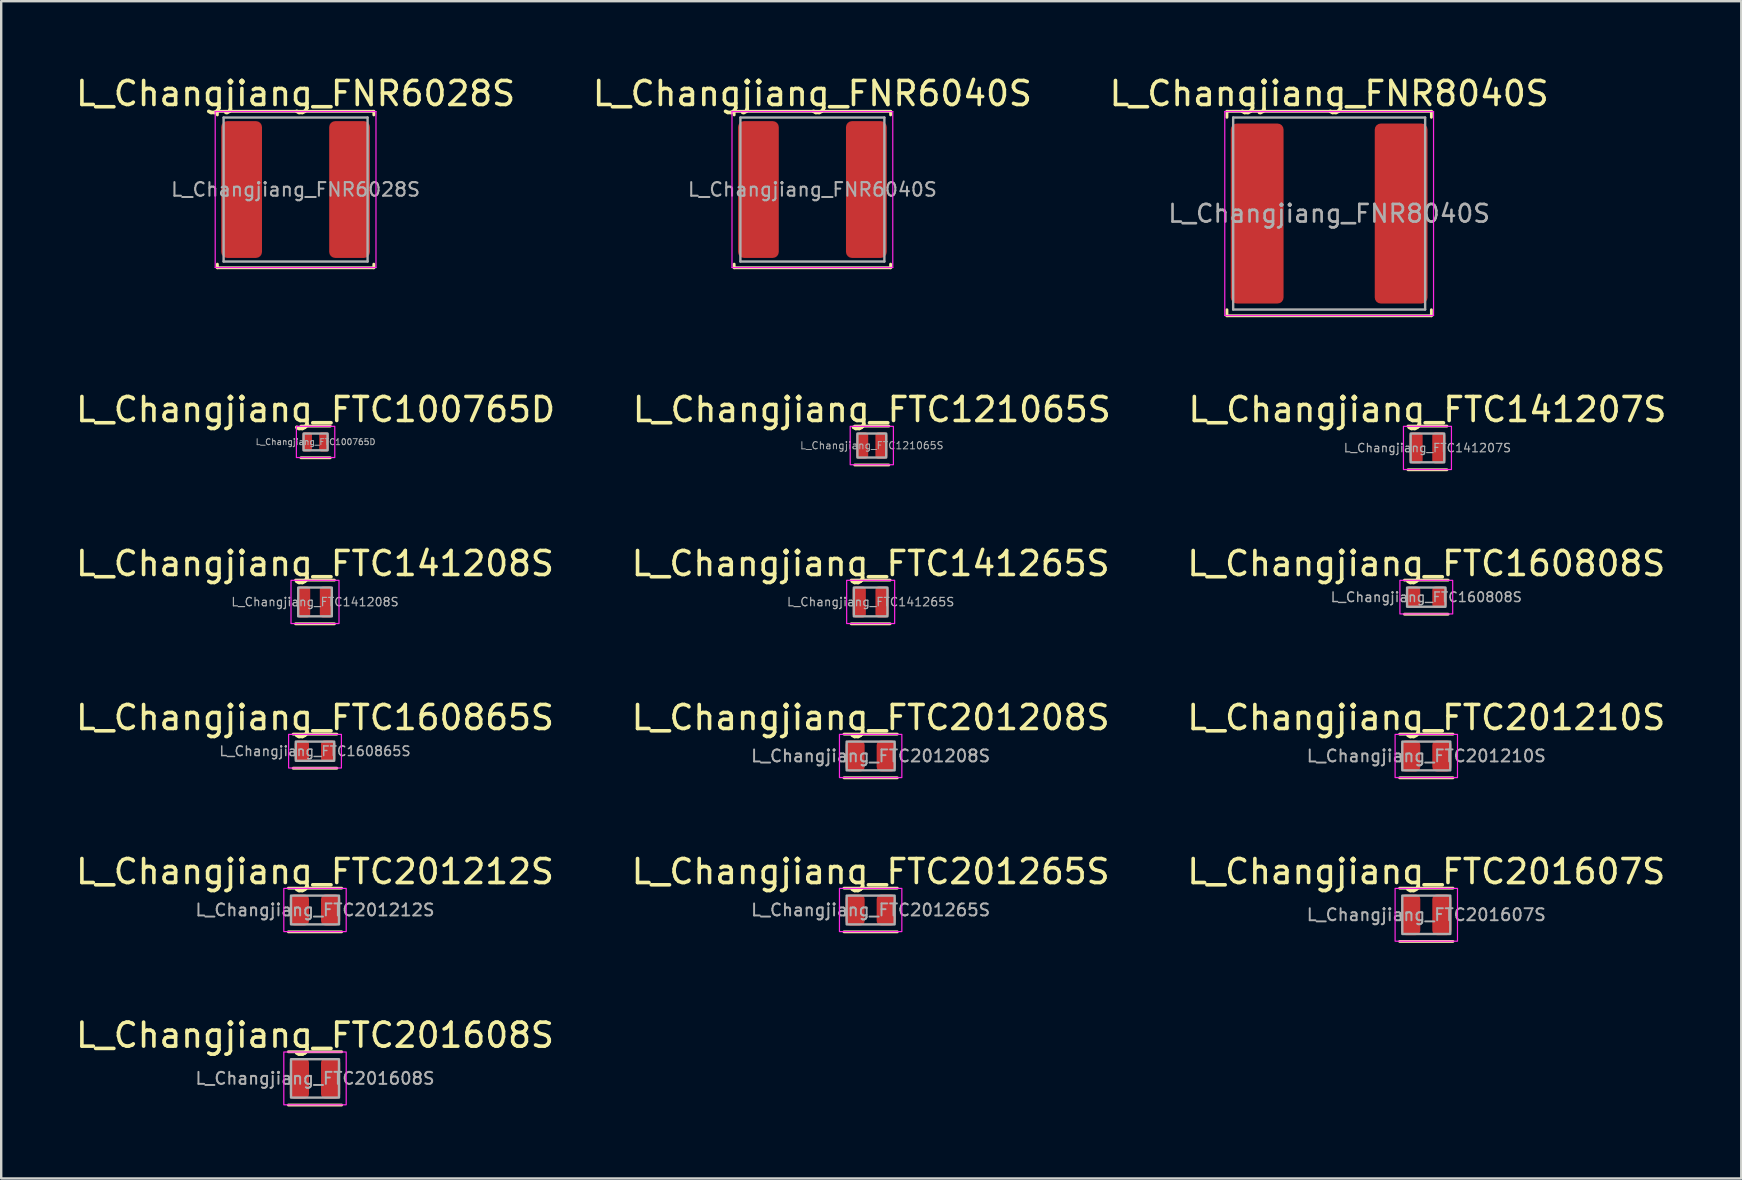
<source format=kicad_pcb>
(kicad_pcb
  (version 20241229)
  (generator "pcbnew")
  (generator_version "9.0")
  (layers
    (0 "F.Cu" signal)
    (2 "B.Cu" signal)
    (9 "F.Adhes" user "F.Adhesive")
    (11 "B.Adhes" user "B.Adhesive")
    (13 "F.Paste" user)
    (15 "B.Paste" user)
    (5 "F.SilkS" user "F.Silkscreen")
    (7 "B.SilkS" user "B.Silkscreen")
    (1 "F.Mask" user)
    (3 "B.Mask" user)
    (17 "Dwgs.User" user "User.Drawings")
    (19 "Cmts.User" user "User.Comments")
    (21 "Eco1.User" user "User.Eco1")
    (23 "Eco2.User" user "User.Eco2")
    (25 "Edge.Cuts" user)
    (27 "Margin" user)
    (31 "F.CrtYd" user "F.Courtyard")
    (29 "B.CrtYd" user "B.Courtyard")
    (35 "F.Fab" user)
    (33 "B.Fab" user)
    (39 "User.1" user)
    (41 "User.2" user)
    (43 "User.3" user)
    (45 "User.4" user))
  (footprint "L_Changjiang_FTC201208S"
    (layer "F.Cu")
    (at 33.232 28.453)
    (property "Reference" "L_Changjiang_FTC201208S" (at 0 -1.6 0) (layer "F.SilkS") (effects (font (size 1 1) (thickness 0.15))))
    (attr smd)
    (fp_line (start -1.11 -0.91) (end 1.11 -0.91) (stroke (width 0.12) (type solid)) (layer "F.SilkS"))
    (fp_line (start 1.11 0.91) (end -1.11 0.91) (stroke (width 0.12) (type solid)) (layer "F.SilkS"))
    (fp_rect (start -1.3 -0.9) (end 1.3 0.9) (stroke (width 0.05) (type solid)) (fill no) (layer "F.CrtYd"))
    (fp_rect (start -1 -0.6) (end 1 0.6) (stroke (width 0.1) (type solid)) (fill no) (layer "F.Fab"))
    (fp_text user "${REFERENCE}" (at 0 0 0) (layer "F.Fab") (effects (font (size 0.5 0.5) (thickness 0.08))))
    (pad "1" smd roundrect (at -0.65 0) (size 0.8 1.3) (layers "F.Cu" "F.Mask" "F.Paste") (roundrect_rratio 0.25))
    (pad "2" smd roundrect (at 0.65 0) (size 0.8 1.3) (layers "F.Cu" "F.Mask" "F.Paste") (roundrect_rratio 0.25)))
  (footprint "L_Changjiang_FTC121065S"
    (layer "F.Cu")
    (at 33.28 15.517)
    (property "Reference" "L_Changjiang_FTC121065S" (at 0 -1.5 0) (layer "F.SilkS") (effects (font (size 1 1) (thickness 0.15))))
    (attr smd)
    (fp_line (start -0.71 -0.81) (end 0.71 -0.81) (stroke (width 0.12) (type solid)) (layer "F.SilkS"))
    (fp_line (start 0.71 0.81) (end -0.71 0.81) (stroke (width 0.12) (type solid)) (layer "F.SilkS"))
    (fp_rect (start -0.9 -0.8) (end 0.9 0.8) (stroke (width 0.05) (type solid)) (fill no) (layer "F.CrtYd"))
    (fp_rect (start -0.6 -0.5) (end 0.6 0.5) (stroke (width 0.1) (type solid)) (fill no) (layer "F.Fab"))
    (fp_text user "${REFERENCE}" (at 0 0 0) (layer "F.Fab") (effects (font (size 0.3 0.3) (thickness 0.04))))
    (pad "1" smd roundrect (at -0.4 0) (size 0.5 1.1) (layers "F.Cu" "F.Mask" "F.Paste") (roundrect_rratio 0.25))
    (pad "2" smd roundrect (at 0.4 0) (size 0.5 1.1) (layers "F.Cu" "F.Mask" "F.Paste") (roundrect_rratio 0.25)))
  (footprint "L_Changjiang_FTC201265S"
    (layer "F.Cu")
    (at 33.232 34.871)
    (property "Reference" "L_Changjiang_FTC201265S" (at 0 -1.6 0) (layer "F.SilkS") (effects (font (size 1 1) (thickness 0.15))))
    (attr smd)
    (fp_line (start -1.11 -0.91) (end 1.11 -0.91) (stroke (width 0.12) (type solid)) (layer "F.SilkS"))
    (fp_line (start 1.11 0.91) (end -1.11 0.91) (stroke (width 0.12) (type solid)) (layer "F.SilkS"))
    (fp_rect (start -1.3 -0.9) (end 1.3 0.9) (stroke (width 0.05) (type solid)) (fill no) (layer "F.CrtYd"))
    (fp_rect (start -1 -0.6) (end 1 0.6) (stroke (width 0.1) (type solid)) (fill no) (layer "F.Fab"))
    (fp_text user "${REFERENCE}" (at 0 0 0) (layer "F.Fab") (effects (font (size 0.5 0.5) (thickness 0.08))))
    (pad "1" smd roundrect (at -0.65 0) (size 0.8 1.3) (layers "F.Cu" "F.Mask" "F.Paste") (roundrect_rratio 0.25))
    (pad "2" smd roundrect (at 0.65 0) (size 0.8 1.3) (layers "F.Cu" "F.Mask" "F.Paste") (roundrect_rratio 0.25)))
  (footprint "L_Changjiang_FNR6040S"
    (layer "F.Cu")
    (at 30.804 4.848)
    (property "Reference" "L_Changjiang_FNR6040S" (at 0 -4 0) (layer "F.SilkS") (effects (font (size 1 1) (thickness 0.15))))
    (attr smd)
    (fp_line (start -3.26 -3.26) (end -3.26 -3.11) (stroke (width 0.12) (type solid)) (layer "F.SilkS"))
    (fp_line (start -3.26 -3.26) (end 3.26 -3.26) (stroke (width 0.12) (type solid)) (layer "F.SilkS"))
    (fp_line (start -3.26 3.26) (end -3.26 3.11) (stroke (width 0.12) (type solid)) (layer "F.SilkS"))
    (fp_line (start -3.26 3.26) (end 3.26 3.26) (stroke (width 0.12) (type solid)) (layer "F.SilkS"))
    (fp_line (start 3.26 -3.26) (end 3.26 -3.11) (stroke (width 0.12) (type solid)) (layer "F.SilkS"))
    (fp_line (start 3.26 3.26) (end 3.26 3.11) (stroke (width 0.12) (type solid)) (layer "F.SilkS"))
    (fp_line (start -3.35 -3.25) (end -3.35 3.25) (stroke (width 0.05) (type solid)) (layer "F.CrtYd"))
    (fp_line (start -3.35 3.25) (end 3.35 3.25) (stroke (width 0.05) (type solid)) (layer "F.CrtYd"))
    (fp_line (start 3.35 -3.25) (end -3.35 -3.25) (stroke (width 0.05) (type solid)) (layer "F.CrtYd"))
    (fp_line (start 3.35 3.25) (end 3.35 -3.25) (stroke (width 0.05) (type solid)) (layer "F.CrtYd"))
    (fp_line (start -3 -3) (end -3 3) (stroke (width 0.1) (type solid)) (layer "F.Fab"))
    (fp_line (start -3 3) (end 3 3) (stroke (width 0.1) (type solid)) (layer "F.Fab"))
    (fp_line (start 3 -3) (end -3 -3) (stroke (width 0.1) (type solid)) (layer "F.Fab"))
    (fp_line (start 3 3) (end 3 -3) (stroke (width 0.1) (type solid)) (layer "F.Fab"))
    (fp_text user "${REFERENCE}" (at 0 0 0) (layer "F.Fab") (effects (font (size 0.567 0.567) (thickness 0.085))))
    (pad "1" smd roundrect (at -2.25 0) (size 1.7 5.7) (layers "F.Cu" "F.Mask" "F.Paste") (roundrect_rratio 0.147))
    (pad "2" smd roundrect (at 2.25 0) (size 1.7 5.7) (layers "F.Cu" "F.Mask" "F.Paste") (roundrect_rratio 0.147)))
  (footprint "L_Changjiang_FTC201607S"
    (layer "F.Cu")
    (at 56.387 35.071)
    (property "Reference" "L_Changjiang_FTC201607S" (at 0 -1.8 0) (layer "F.SilkS") (effects (font (size 1 1) (thickness 0.15))))
    (attr smd)
    (fp_line (start -1.11 -1.11) (end 1.11 -1.11) (stroke (width 0.12) (type solid)) (layer "F.SilkS"))
    (fp_line (start 1.11 1.11) (end -1.11 1.11) (stroke (width 0.12) (type solid)) (layer "F.SilkS"))
    (fp_rect (start -1.3 -1.1) (end 1.3 1.1) (stroke (width 0.05) (type solid)) (fill no) (layer "F.CrtYd"))
    (fp_rect (start -1 -0.8) (end 1 0.8) (stroke (width 0.1) (type solid)) (fill no) (layer "F.Fab"))
    (fp_text user "${REFERENCE}" (at 0 0 0) (layer "F.Fab") (effects (font (size 0.5 0.5) (thickness 0.08))))
    (pad "1" smd roundrect (at -0.65 0) (size 0.8 1.7) (layers "F.Cu" "F.Mask" "F.Paste") (roundrect_rratio 0.25))
    (pad "2" smd roundrect (at 0.65 0) (size 0.8 1.7) (layers "F.Cu" "F.Mask" "F.Paste") (roundrect_rratio 0.25)))
  (footprint "L_Changjiang_FTC201210S"
    (layer "F.Cu")
    (at 56.387 28.453)
    (property "Reference" "L_Changjiang_FTC201210S" (at 0 -1.6 0) (layer "F.SilkS") (effects (font (size 1 1) (thickness 0.15))))
    (attr smd)
    (fp_line (start -1.11 -0.91) (end 1.11 -0.91) (stroke (width 0.12) (type solid)) (layer "F.SilkS"))
    (fp_line (start 1.11 0.91) (end -1.11 0.91) (stroke (width 0.12) (type solid)) (layer "F.SilkS"))
    (fp_rect (start -1.3 -0.9) (end 1.3 0.9) (stroke (width 0.05) (type solid)) (fill no) (layer "F.CrtYd"))
    (fp_rect (start -1 -0.6) (end 1 0.6) (stroke (width 0.1) (type solid)) (fill no) (layer "F.Fab"))
    (fp_text user "${REFERENCE}" (at 0 0 0) (layer "F.Fab") (effects (font (size 0.5 0.5) (thickness 0.08))))
    (pad "1" smd roundrect (at -0.65 0) (size 0.8 1.3) (layers "F.Cu" "F.Mask" "F.Paste") (roundrect_rratio 0.25))
    (pad "2" smd roundrect (at 0.65 0) (size 0.8 1.3) (layers "F.Cu" "F.Mask" "F.Paste") (roundrect_rratio 0.25)))
  (footprint "L_Changjiang_FTC160808S"
    (layer "F.Cu")
    (at 56.387 21.835)
    (property "Reference" "L_Changjiang_FTC160808S" (at 0 -1.4 0) (layer "F.SilkS") (effects (font (size 1 1) (thickness 0.15))))
    (attr smd)
    (fp_line (start -0.91 -0.71) (end 0.91 -0.71) (stroke (width 0.12) (type solid)) (layer "F.SilkS"))
    (fp_line (start 0.91 0.71) (end -0.91 0.71) (stroke (width 0.12) (type solid)) (layer "F.SilkS"))
    (fp_rect (start -1.1 -0.7) (end 1.1 0.7) (stroke (width 0.05) (type solid)) (fill no) (layer "F.CrtYd"))
    (fp_rect (start -0.8 -0.4) (end 0.8 0.4) (stroke (width 0.1) (type solid)) (fill no) (layer "F.Fab"))
    (fp_text user "${REFERENCE}" (at 0 0 0) (layer "F.Fab") (effects (font (size 0.4 0.4) (thickness 0.06))))
    (pad "1" smd roundrect (at -0.55 0) (size 0.6 0.9) (layers "F.Cu" "F.Mask" "F.Paste") (roundrect_rratio 0.25))
    (pad "2" smd roundrect (at 0.55 0) (size 0.6 0.9) (layers "F.Cu" "F.Mask" "F.Paste") (roundrect_rratio 0.25)))
  (footprint "L_Changjiang_FTC100765D"
    (layer "F.Cu")
    (at 10.101 15.367)
    (property "Reference" "L_Changjiang_FTC100765D" (at 0 -1.35 0) (layer "F.SilkS") (effects (font (size 1 1) (thickness 0.15))))
    (attr smd)
    (fp_line (start -0.61 -0.66) (end 0.61 -0.66) (stroke (width 0.12) (type solid)) (layer "F.SilkS"))
    (fp_line (start 0.61 0.66) (end -0.61 0.66) (stroke (width 0.12) (type solid)) (layer "F.SilkS"))
    (fp_rect (start -0.8 -0.65) (end 0.8 0.65) (stroke (width 0.05) (type solid)) (fill no) (layer "F.CrtYd"))
    (fp_rect (start -0.5 -0.35) (end 0.5 0.35) (stroke (width 0.1) (type solid)) (fill no) (layer "F.Fab"))
    (fp_text user "${REFERENCE}" (at 0 0 0) (layer "F.Fab") (effects (font (size 0.25 0.25) (thickness 0.04))))
    (pad "1" smd roundrect (at -0.35 0) (size 0.4 0.8) (layers "F.Cu" "F.Mask" "F.Paste") (roundrect_rratio 0.25))
    (pad "2" smd roundrect (at 0.35 0) (size 0.4 0.8) (layers "F.Cu" "F.Mask" "F.Paste") (roundrect_rratio 0.25)))
  (footprint "L_Changjiang_FNR8040S"
    (layer "F.Cu")
    (at 52.339 5.848)
    (property "Reference" "L_Changjiang_FNR8040S" (at 0 -5 0) (layer "F.SilkS") (effects (font (size 1 1) (thickness 0.15))))
    (attr smd)
    (fp_line (start -4.26 -4.26) (end -4.26 -4.01) (stroke (width 0.12) (type solid)) (layer "F.SilkS"))
    (fp_line (start -4.26 -4.26) (end 4.26 -4.26) (stroke (width 0.12) (type solid)) (layer "F.SilkS"))
    (fp_line (start -4.26 4.26) (end -4.26 4.01) (stroke (width 0.12) (type solid)) (layer "F.SilkS"))
    (fp_line (start -4.26 4.26) (end 4.26 4.26) (stroke (width 0.12) (type solid)) (layer "F.SilkS"))
    (fp_line (start 4.26 -4.26) (end 4.26 -4.01) (stroke (width 0.12) (type solid)) (layer "F.SilkS"))
    (fp_line (start 4.26 4.26) (end 4.26 4.01) (stroke (width 0.12) (type solid)) (layer "F.SilkS"))
    (fp_line (start -4.35 -4.25) (end -4.35 4.25) (stroke (width 0.05) (type solid)) (layer "F.CrtYd"))
    (fp_line (start -4.35 4.25) (end 4.35 4.25) (stroke (width 0.05) (type solid)) (layer "F.CrtYd"))
    (fp_line (start 4.35 -4.25) (end -4.35 -4.25) (stroke (width 0.05) (type solid)) (layer "F.CrtYd"))
    (fp_line (start 4.35 4.25) (end 4.35 -4.25) (stroke (width 0.05) (type solid)) (layer "F.CrtYd"))
    (fp_line (start -4 -4) (end -4 4) (stroke (width 0.1) (type solid)) (layer "F.Fab"))
    (fp_line (start -4 4) (end 4 4) (stroke (width 0.1) (type solid)) (layer "F.Fab"))
    (fp_line (start 4 -4) (end -4 -4) (stroke (width 0.1) (type solid)) (layer "F.Fab"))
    (fp_line (start 4 4) (end 4 -4) (stroke (width 0.1) (type solid)) (layer "F.Fab"))
    (fp_text user "${REFERENCE}" (at 0 0 0) (layer "F.Fab") (effects (font (size 0.733 0.733) (thickness 0.11))))
    (pad "1" smd roundrect (at -3 0) (size 2.2 7.5) (layers "F.Cu" "F.Mask" "F.Paste") (roundrect_rratio 0.114))
    (pad "2" smd roundrect (at 3 0) (size 2.2 7.5) (layers "F.Cu" "F.Mask" "F.Paste") (roundrect_rratio 0.114)))
  (footprint "L_Changjiang_FTC160865S"
    (layer "F.Cu")
    (at 10.077 28.253)
    (property "Reference" "L_Changjiang_FTC160865S" (at 0 -1.4 0) (layer "F.SilkS") (effects (font (size 1 1) (thickness 0.15))))
    (attr smd)
    (fp_line (start -0.91 -0.71) (end 0.91 -0.71) (stroke (width 0.12) (type solid)) (layer "F.SilkS"))
    (fp_line (start 0.91 0.71) (end -0.91 0.71) (stroke (width 0.12) (type solid)) (layer "F.SilkS"))
    (fp_rect (start -1.1 -0.7) (end 1.1 0.7) (stroke (width 0.05) (type solid)) (fill no) (layer "F.CrtYd"))
    (fp_rect (start -0.8 -0.4) (end 0.8 0.4) (stroke (width 0.1) (type solid)) (fill no) (layer "F.Fab"))
    (fp_text user "${REFERENCE}" (at 0 0 0) (layer "F.Fab") (effects (font (size 0.4 0.4) (thickness 0.06))))
    (pad "1" smd roundrect (at -0.55 0) (size 0.6 0.9) (layers "F.Cu" "F.Mask" "F.Paste") (roundrect_rratio 0.25))
    (pad "2" smd roundrect (at 0.55 0) (size 0.6 0.9) (layers "F.Cu" "F.Mask" "F.Paste") (roundrect_rratio 0.25)))
  (footprint "L_Changjiang_FTC201212S"
    (layer "F.Cu")
    (at 10.077 34.871)
    (property "Reference" "L_Changjiang_FTC201212S" (at 0 -1.6 0) (layer "F.SilkS") (effects (font (size 1 1) (thickness 0.15))))
    (attr smd)
    (fp_line (start -1.11 -0.91) (end 1.11 -0.91) (stroke (width 0.12) (type solid)) (layer "F.SilkS"))
    (fp_line (start 1.11 0.91) (end -1.11 0.91) (stroke (width 0.12) (type solid)) (layer "F.SilkS"))
    (fp_rect (start -1.3 -0.9) (end 1.3 0.9) (stroke (width 0.05) (type solid)) (fill no) (layer "F.CrtYd"))
    (fp_rect (start -1 -0.6) (end 1 0.6) (stroke (width 0.1) (type solid)) (fill no) (layer "F.Fab"))
    (fp_text user "${REFERENCE}" (at 0 0 0) (layer "F.Fab") (effects (font (size 0.5 0.5) (thickness 0.08))))
    (pad "1" smd roundrect (at -0.65 0) (size 0.8 1.3) (layers "F.Cu" "F.Mask" "F.Paste") (roundrect_rratio 0.25))
    (pad "2" smd roundrect (at 0.65 0) (size 0.8 1.3) (layers "F.Cu" "F.Mask" "F.Paste") (roundrect_rratio 0.25)))
  (footprint "L_Changjiang_FNR6028S"
    (layer "F.Cu")
    (at 9.268 4.848)
    (property "Reference" "L_Changjiang_FNR6028S" (at 0 -4 0) (layer "F.SilkS") (effects (font (size 1 1) (thickness 0.15))))
    (attr smd)
    (fp_line (start -3.26 -3.26) (end -3.26 -3.11) (stroke (width 0.12) (type solid)) (layer "F.SilkS"))
    (fp_line (start -3.26 -3.26) (end 3.26 -3.26) (stroke (width 0.12) (type solid)) (layer "F.SilkS"))
    (fp_line (start -3.26 3.26) (end -3.26 3.11) (stroke (width 0.12) (type solid)) (layer "F.SilkS"))
    (fp_line (start -3.26 3.26) (end 3.26 3.26) (stroke (width 0.12) (type solid)) (layer "F.SilkS"))
    (fp_line (start 3.26 -3.26) (end 3.26 -3.11) (stroke (width 0.12) (type solid)) (layer "F.SilkS"))
    (fp_line (start 3.26 3.26) (end 3.26 3.11) (stroke (width 0.12) (type solid)) (layer "F.SilkS"))
    (fp_line (start -3.35 -3.25) (end -3.35 3.25) (stroke (width 0.05) (type solid)) (layer "F.CrtYd"))
    (fp_line (start -3.35 3.25) (end 3.35 3.25) (stroke (width 0.05) (type solid)) (layer "F.CrtYd"))
    (fp_line (start 3.35 -3.25) (end -3.35 -3.25) (stroke (width 0.05) (type solid)) (layer "F.CrtYd"))
    (fp_line (start 3.35 3.25) (end 3.35 -3.25) (stroke (width 0.05) (type solid)) (layer "F.CrtYd"))
    (fp_line (start -3 -3) (end -3 3) (stroke (width 0.1) (type solid)) (layer "F.Fab"))
    (fp_line (start -3 3) (end 3 3) (stroke (width 0.1) (type solid)) (layer "F.Fab"))
    (fp_line (start 3 -3) (end -3 -3) (stroke (width 0.1) (type solid)) (layer "F.Fab"))
    (fp_line (start 3 3) (end 3 -3) (stroke (width 0.1) (type solid)) (layer "F.Fab"))
    (fp_text user "${REFERENCE}" (at 0 0 0) (layer "F.Fab") (effects (font (size 0.567 0.567) (thickness 0.085))))
    (pad "1" smd roundrect (at -2.25 0) (size 1.7 5.7) (layers "F.Cu" "F.Mask" "F.Paste") (roundrect_rratio 0.147))
    (pad "2" smd roundrect (at 2.25 0) (size 1.7 5.7) (layers "F.Cu" "F.Mask" "F.Paste") (roundrect_rratio 0.147)))
  (footprint "L_Changjiang_FTC141265S"
    (layer "F.Cu")
    (at 33.232 22.035)
    (property "Reference" "L_Changjiang_FTC141265S" (at 0 -1.6 0) (layer "F.SilkS") (effects (font (size 1 1) (thickness 0.15))))
    (attr smd)
    (fp_line (start -0.81 -0.91) (end 0.81 -0.91) (stroke (width 0.12) (type solid)) (layer "F.SilkS"))
    (fp_line (start 0.81 0.91) (end -0.81 0.91) (stroke (width 0.12) (type solid)) (layer "F.SilkS"))
    (fp_rect (start -1 -0.9) (end 1 0.9) (stroke (width 0.05) (type solid)) (fill no) (layer "F.CrtYd"))
    (fp_rect (start -0.7 -0.6) (end 0.7 0.6) (stroke (width 0.1) (type solid)) (fill no) (layer "F.Fab"))
    (fp_text user "${REFERENCE}" (at 0 0 0) (layer "F.Fab") (effects (font (size 0.35 0.35) (thickness 0.05))))
    (pad "1" smd roundrect (at -0.475 0) (size 0.55 1.3) (layers "F.Cu" "F.Mask" "F.Paste") (roundrect_rratio 0.25))
    (pad "2" smd roundrect (at 0.475 0) (size 0.55 1.3) (layers "F.Cu" "F.Mask" "F.Paste") (roundrect_rratio 0.25)))
  (footprint "L_Changjiang_FTC141207S"
    (layer "F.Cu")
    (at 56.435 15.617)
    (property "Reference" "L_Changjiang_FTC141207S" (at 0 -1.6 0) (layer "F.SilkS") (effects (font (size 1 1) (thickness 0.15))))
    (attr smd)
    (fp_line (start -0.81 -0.91) (end 0.81 -0.91) (stroke (width 0.12) (type solid)) (layer "F.SilkS"))
    (fp_line (start 0.81 0.91) (end -0.81 0.91) (stroke (width 0.12) (type solid)) (layer "F.SilkS"))
    (fp_rect (start -1 -0.9) (end 1 0.9) (stroke (width 0.05) (type solid)) (fill no) (layer "F.CrtYd"))
    (fp_rect (start -0.7 -0.6) (end 0.7 0.6) (stroke (width 0.1) (type solid)) (fill no) (layer "F.Fab"))
    (fp_text user "${REFERENCE}" (at 0 0 0) (layer "F.Fab") (effects (font (size 0.35 0.35) (thickness 0.05))))
    (pad "1" smd roundrect (at -0.475 0) (size 0.55 1.3) (layers "F.Cu" "F.Mask" "F.Paste") (roundrect_rratio 0.25))
    (pad "2" smd roundrect (at 0.475 0) (size 0.55 1.3) (layers "F.Cu" "F.Mask" "F.Paste") (roundrect_rratio 0.25)))
  (footprint "L_Changjiang_FTC201608S"
    (layer "F.Cu")
    (at 10.077 41.889)
    (property "Reference" "L_Changjiang_FTC201608S" (at 0 -1.8 0) (layer "F.SilkS") (effects (font (size 1 1) (thickness 0.15))))
    (attr smd)
    (fp_line (start -1.11 -1.11) (end 1.11 -1.11) (stroke (width 0.12) (type solid)) (layer "F.SilkS"))
    (fp_line (start 1.11 1.11) (end -1.11 1.11) (stroke (width 0.12) (type solid)) (layer "F.SilkS"))
    (fp_rect (start -1.3 -1.1) (end 1.3 1.1) (stroke (width 0.05) (type solid)) (fill no) (layer "F.CrtYd"))
    (fp_rect (start -1 -0.8) (end 1 0.8) (stroke (width 0.1) (type solid)) (fill no) (layer "F.Fab"))
    (fp_text user "${REFERENCE}" (at 0 0 0) (layer "F.Fab") (effects (font (size 0.5 0.5) (thickness 0.08))))
    (pad "1" smd roundrect (at -0.65 0) (size 0.8 1.7) (layers "F.Cu" "F.Mask" "F.Paste") (roundrect_rratio 0.25))
    (pad "2" smd roundrect (at 0.65 0) (size 0.8 1.7) (layers "F.Cu" "F.Mask" "F.Paste") (roundrect_rratio 0.25)))
  (footprint "L_Changjiang_FTC141208S"
    (layer "F.Cu")
    (at 10.077 22.035)
    (property "Reference" "L_Changjiang_FTC141208S" (at 0 -1.6 0) (layer "F.SilkS") (effects (font (size 1 1) (thickness 0.15))))
    (attr smd)
    (fp_line (start -0.81 -0.91) (end 0.81 -0.91) (stroke (width 0.12) (type solid)) (layer "F.SilkS"))
    (fp_line (start 0.81 0.91) (end -0.81 0.91) (stroke (width 0.12) (type solid)) (layer "F.SilkS"))
    (fp_rect (start -1 -0.9) (end 1 0.9) (stroke (width 0.05) (type solid)) (fill no) (layer "F.CrtYd"))
    (fp_rect (start -0.7 -0.6) (end 0.7 0.6) (stroke (width 0.1) (type solid)) (fill no) (layer "F.Fab"))
    (fp_text user "${REFERENCE}" (at 0 0 0) (layer "F.Fab") (effects (font (size 0.35 0.35) (thickness 0.05))))
    (pad "1" smd roundrect (at -0.475 0) (size 0.55 1.3) (layers "F.Cu" "F.Mask" "F.Paste") (roundrect_rratio 0.25))
    (pad "2" smd roundrect (at 0.475 0) (size 0.55 1.3) (layers "F.Cu" "F.Mask" "F.Paste") (roundrect_rratio 0.25)))
  (gr_rect
    (start -3 -3)
    (end 69.512 46.059)
    (stroke (width 0.1) (type default))
    (fill no)
    (layer "Edge.Cuts")))
</source>
